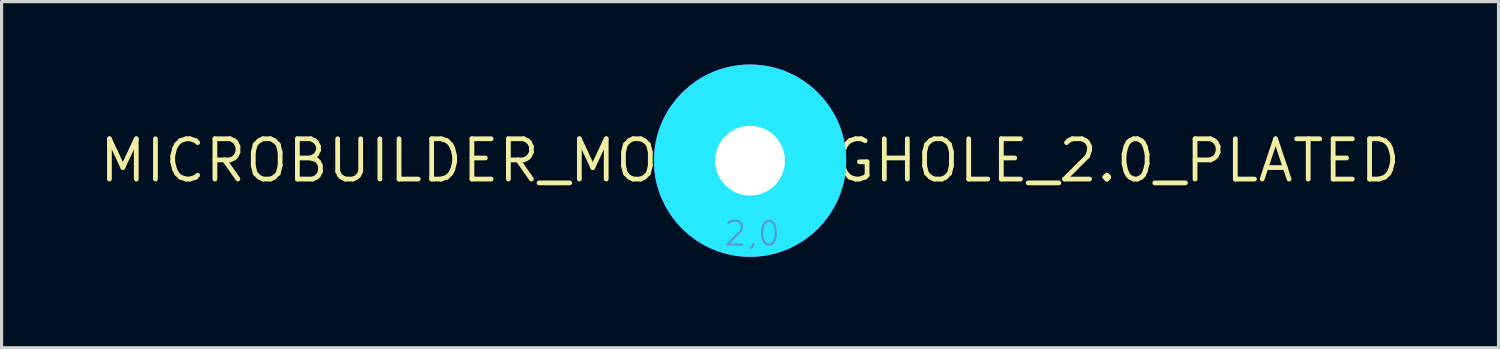
<source format=kicad_pcb>
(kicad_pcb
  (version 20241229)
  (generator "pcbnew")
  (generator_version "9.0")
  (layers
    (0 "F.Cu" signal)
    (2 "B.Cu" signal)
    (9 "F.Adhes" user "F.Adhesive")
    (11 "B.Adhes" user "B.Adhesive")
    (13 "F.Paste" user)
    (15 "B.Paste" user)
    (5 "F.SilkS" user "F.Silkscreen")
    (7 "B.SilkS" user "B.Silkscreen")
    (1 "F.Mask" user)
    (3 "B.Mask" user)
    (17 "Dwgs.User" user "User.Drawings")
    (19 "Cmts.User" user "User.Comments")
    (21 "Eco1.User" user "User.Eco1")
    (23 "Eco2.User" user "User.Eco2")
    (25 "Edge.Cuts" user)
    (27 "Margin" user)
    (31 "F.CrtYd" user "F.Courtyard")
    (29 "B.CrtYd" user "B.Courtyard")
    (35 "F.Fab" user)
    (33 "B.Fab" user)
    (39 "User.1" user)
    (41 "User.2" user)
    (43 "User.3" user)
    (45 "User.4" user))
  (footprint "MICROBUILDER_MOUNTINGHOLE_2.0_PLATED"
    (layer "F.Cu")
    (at 20.599 2.016)
    (property "Reference" "MICROBUILDER_MOUNTINGHOLE_2.0_PLATED" (at 0 0 0) (layer "F.SilkS") (effects (font (size 1.27 1.27) (thickness 0.15))))
    (fp_circle (center 0 0) (end 1.8 0) (stroke (width 0.203) (type solid)) (fill no) (layer "F.SilkS"))
    (fp_circle (center 0 0) (end 1 0) (stroke (width 2.032) (type solid)) (fill no) (layer "B.CrtYd"))
    (fp_circle (center 0 0) (end 1 0) (stroke (width 2.032) (type solid)) (fill no) (layer "F.CrtYd"))
    (fp_text user "2,0" (at -0.87 2.74 0) (unlocked yes) (layer "Cmts.User") (effects (font (size 0.748 0.748) (thickness 0.065)) (justify left bottom)))
    (pad "P$1" thru_hole circle (at 0 0) (size 3 3) (drill 2.2) (layers "*.Cu" "*.Mask"))
    (zone (net_name "") (layer "F.Cu") (hatch edge 0.5) (connect_pads) (min_thickness 0.25) (filled_areas_thickness no) (keepout (tracks not_allowed) (vias not_allowed) (pads not_allowed) (copperpour not_allowed) (footprints allowed)) (placement (enabled no)) (fill) (polygon (pts (xy 22.615 2.016) (xy 22.596 1.735) (xy 22.537 1.46) (xy 22.441 1.196) (xy 22.309 0.948) (xy 22.144 0.72) (xy 21.948 0.518) (xy 21.727 0.345) (xy 21.483 0.204) (xy 21.222 0.099) (xy 20.95 0.031) (xy 20.67 0.001) (xy 20.389 0.011) (xy 20.112 0.06) (xy 19.844 0.147) (xy 19.591 0.27) (xy 19.358 0.427) (xy 19.149 0.616) (xy 18.968 0.831) (xy 18.819 1.07) (xy 18.705 1.326) (xy 18.627 1.597) (xy 18.588 1.875) (xy 18.588 2.157) (xy 18.627 2.435) (xy 18.705 2.706) (xy 18.819 2.962) (xy 18.968 3.201) (xy 19.149 3.416) (xy 19.358 3.605) (xy 19.591 3.762) (xy 19.844 3.885) (xy 20.112 3.972) (xy 20.389 4.021) (xy 20.67 4.031) (xy 20.95 4.001) (xy 21.222 3.933) (xy 21.483 3.828) (xy 21.727 3.687) (xy 21.948 3.514) (xy 22.144 3.312) (xy 22.309 3.084) (xy 22.441 2.836) (xy 22.537 2.572) (xy 22.596 2.297))) (polygon (pts (xy 20.583 2.016) (xy 20.588 2.027) (xy 20.599 2.032) (xy 20.611 2.027) (xy 20.615 2.016) (xy 20.611 2.005) (xy 20.599 2) (xy 20.588 2.005))))
    (zone (net_name "") (layers "F.Cu" "B.Cu") (hatch edge 0.5) (connect_pads) (min_thickness 0.25) (filled_areas_thickness no) (keepout (tracks allowed) (vias not_allowed) (pads allowed) (copperpour allowed) (footprints allowed)) (placement (enabled no)) (fill) (polygon (pts (xy 22.615 2.016) (xy 22.596 1.735) (xy 22.537 1.46) (xy 22.441 1.196) (xy 22.309 0.948) (xy 22.144 0.72) (xy 21.948 0.518) (xy 21.727 0.345) (xy 21.483 0.204) (xy 21.222 0.099) (xy 20.95 0.031) (xy 20.67 0.001) (xy 20.389 0.011) (xy 20.112 0.06) (xy 19.844 0.147) (xy 19.591 0.27) (xy 19.358 0.427) (xy 19.149 0.616) (xy 18.968 0.831) (xy 18.819 1.07) (xy 18.705 1.326) (xy 18.627 1.597) (xy 18.588 1.875) (xy 18.588 2.157) (xy 18.627 2.435) (xy 18.705 2.706) (xy 18.819 2.962) (xy 18.968 3.201) (xy 19.149 3.416) (xy 19.358 3.605) (xy 19.591 3.762) (xy 19.844 3.885) (xy 20.112 3.972) (xy 20.389 4.021) (xy 20.67 4.031) (xy 20.95 4.001) (xy 21.222 3.933) (xy 21.483 3.828) (xy 21.727 3.687) (xy 21.948 3.514) (xy 22.144 3.312) (xy 22.309 3.084) (xy 22.441 2.836) (xy 22.537 2.572) (xy 22.596 2.297))) (polygon (pts (xy 20.583 2.016) (xy 20.588 2.027) (xy 20.599 2.032) (xy 20.611 2.027) (xy 20.615 2.016) (xy 20.611 2.005) (xy 20.599 2) (xy 20.588 2.005))))
    (zone (net_name "") (layer "B.Cu") (hatch edge 0.5) (connect_pads) (min_thickness 0.25) (filled_areas_thickness no) (keepout (tracks not_allowed) (vias not_allowed) (pads not_allowed) (copperpour not_allowed) (footprints allowed)) (placement (enabled no)) (fill) (polygon (pts (xy 22.615 2.016) (xy 22.596 1.735) (xy 22.537 1.46) (xy 22.441 1.196) (xy 22.309 0.948) (xy 22.144 0.72) (xy 21.948 0.518) (xy 21.727 0.345) (xy 21.483 0.204) (xy 21.222 0.099) (xy 20.95 0.031) (xy 20.67 0.001) (xy 20.389 0.011) (xy 20.112 0.06) (xy 19.844 0.147) (xy 19.591 0.27) (xy 19.358 0.427) (xy 19.149 0.616) (xy 18.968 0.831) (xy 18.819 1.07) (xy 18.705 1.326) (xy 18.627 1.597) (xy 18.588 1.875) (xy 18.588 2.157) (xy 18.627 2.435) (xy 18.705 2.706) (xy 18.819 2.962) (xy 18.968 3.201) (xy 19.149 3.416) (xy 19.358 3.605) (xy 19.591 3.762) (xy 19.844 3.885) (xy 20.112 3.972) (xy 20.389 4.021) (xy 20.67 4.031) (xy 20.95 4.001) (xy 21.222 3.933) (xy 21.483 3.828) (xy 21.727 3.687) (xy 21.948 3.514) (xy 22.144 3.312) (xy 22.309 3.084) (xy 22.441 2.836) (xy 22.537 2.572) (xy 22.596 2.297))) (polygon (pts (xy 20.583 2.016) (xy 20.588 2.027) (xy 20.599 2.032) (xy 20.611 2.027) (xy 20.615 2.016) (xy 20.611 2.005) (xy 20.599 2) (xy 20.588 2.005)))))
  (gr_rect
    (start -3 -3)
    (end 44.199 7.916)
    (stroke (width 0.1) (type default))
    (fill no)
    (layer "Edge.Cuts")))
</source>
